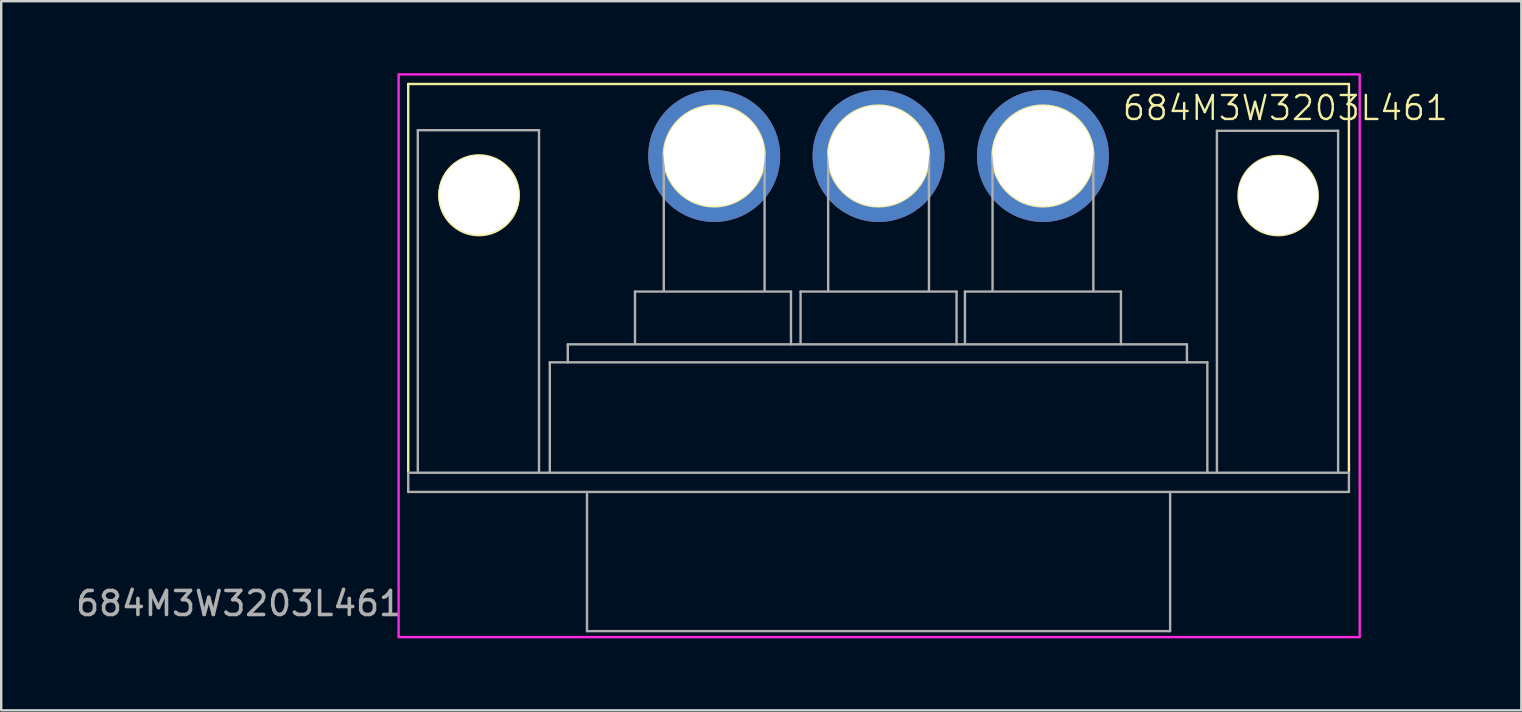
<source format=kicad_pcb>
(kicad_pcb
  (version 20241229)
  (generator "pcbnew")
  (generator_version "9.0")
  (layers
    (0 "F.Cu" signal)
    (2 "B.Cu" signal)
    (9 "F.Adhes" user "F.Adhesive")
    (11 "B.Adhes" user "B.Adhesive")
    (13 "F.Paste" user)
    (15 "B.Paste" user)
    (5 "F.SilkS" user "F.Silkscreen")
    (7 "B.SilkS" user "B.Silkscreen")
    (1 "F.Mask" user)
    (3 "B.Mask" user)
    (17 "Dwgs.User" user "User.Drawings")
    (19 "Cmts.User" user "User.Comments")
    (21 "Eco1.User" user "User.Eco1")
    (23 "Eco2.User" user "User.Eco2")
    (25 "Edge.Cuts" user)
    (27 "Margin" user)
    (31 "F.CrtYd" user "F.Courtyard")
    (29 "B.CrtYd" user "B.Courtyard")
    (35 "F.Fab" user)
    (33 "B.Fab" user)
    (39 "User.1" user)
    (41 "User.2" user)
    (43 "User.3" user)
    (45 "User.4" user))
  (footprint "684M3W3203L461"
    (layer "F.Cu")
    (at 6.911 19.6)
    (property "Reference" "684M3W3203L461" (at 43.6 -18.15 0) (unlocked yes) (layer "F.SilkS") (effects (font (size 1 1) (thickness 0.1))))
    (attr through_hole)
    (fp_line (start 7.05 -19.15) (end 46.25 -19.15) (stroke (width 0.1) (type default)) (layer "F.SilkS"))
    (fp_line (start 7.05 -2.95) (end 7.05 -19.15) (stroke (width 0.1) (type default)) (layer "F.SilkS"))
    (fp_line (start 46.25 -2.95) (end 46.25 -19.15) (stroke (width 0.1) (type default)) (layer "F.SilkS"))
    (fp_circle (center 10 -14.525) (end 10 -12.875) (stroke (width 0.1) (type default)) (fill no) (layer "F.SilkS"))
    (fp_circle (center 10 -14.5) (end 10 -12.85) (stroke (width 0.1) (type default)) (fill no) (layer "F.SilkS"))
    (fp_circle (center 19.8 -16.15) (end 17.7 -16.15) (stroke (width 0.1) (type default)) (fill no) (layer "F.SilkS"))
    (fp_circle (center 26.65 -16.15) (end 24.55 -16.15) (stroke (width 0.1) (type default)) (fill no) (layer "F.SilkS"))
    (fp_circle (center 33.5 -16.15) (end 31.4 -16.15) (stroke (width 0.1) (type default)) (fill no) (layer "F.SilkS"))
    (fp_circle (center 43.3 -14.5) (end 43.3 -12.85) (stroke (width 0.1) (type default)) (fill no) (layer "F.SilkS"))
    (fp_rect (start 6.65 -19.55) (end 46.7 3.9) (stroke (width 0.1) (type default)) (fill no) (layer "F.CrtYd"))
    (fp_line (start 7.05 -2.95) (end 7.05 -2.15) (stroke (width 0.1) (type default)) (layer "F.Fab"))
    (fp_line (start 7.05 -2.95) (end 46.25 -2.95) (stroke (width 0.1) (type default)) (layer "F.Fab"))
    (fp_line (start 7.05 -2.15) (end 46.25 -2.15) (stroke (width 0.1) (type default)) (layer "F.Fab"))
    (fp_line (start 7.45 -17.225) (end 7.45 -3.025) (stroke (width 0.1) (type default)) (layer "F.Fab"))
    (fp_line (start 12.5 -17.225) (end 7.45 -17.225) (stroke (width 0.1) (type default)) (layer "F.Fab"))
    (fp_line (start 12.5 -17.225) (end 12.5 -2.975) (stroke (width 0.1) (type default)) (layer "F.Fab"))
    (fp_line (start 12.95 -7.55) (end 40.35 -7.55) (stroke (width 0.1) (type default)) (layer "F.Fab"))
    (fp_line (start 12.95 -3) (end 12.95 -7.55) (stroke (width 0.1) (type default)) (layer "F.Fab"))
    (fp_line (start 13.7 -8.3) (end 39.5 -8.3) (stroke (width 0.1) (type default)) (layer "F.Fab"))
    (fp_line (start 13.7 -7.55) (end 13.7 -8.3) (stroke (width 0.1) (type default)) (layer "F.Fab"))
    (fp_line (start 14.5 -2.15) (end 14.5 3.65) (stroke (width 0.1) (type default)) (layer "F.Fab"))
    (fp_line (start 14.5 3.65) (end 38.8 3.65) (stroke (width 0.1) (type default)) (layer "F.Fab"))
    (fp_line (start 16.5 -10.5) (end 23 -10.5) (stroke (width 0.1) (type default)) (layer "F.Fab"))
    (fp_line (start 16.5 -8.35) (end 16.5 -10.5) (stroke (width 0.1) (type default)) (layer "F.Fab"))
    (fp_line (start 17.7 -16.15) (end 17.7 -10.55) (stroke (width 0.1) (type default)) (layer "F.Fab"))
    (fp_line (start 21.9 -16.15) (end 21.9 -10.55) (stroke (width 0.1) (type default)) (layer "F.Fab"))
    (fp_line (start 23 -10.5) (end 23 -8.3) (stroke (width 0.1) (type default)) (layer "F.Fab"))
    (fp_line (start 23.4 -10.5) (end 29.9 -10.5) (stroke (width 0.1) (type default)) (layer "F.Fab"))
    (fp_line (start 23.4 -8.35) (end 23.4 -10.5) (stroke (width 0.1) (type default)) (layer "F.Fab"))
    (fp_line (start 24.55 -16.15) (end 24.55 -10.55) (stroke (width 0.1) (type default)) (layer "F.Fab"))
    (fp_line (start 28.75 -16.15) (end 28.75 -10.55) (stroke (width 0.1) (type default)) (layer "F.Fab"))
    (fp_line (start 29.9 -10.5) (end 29.9 -8.3) (stroke (width 0.1) (type default)) (layer "F.Fab"))
    (fp_line (start 30.25 -10.5) (end 36.75 -10.5) (stroke (width 0.1) (type default)) (layer "F.Fab"))
    (fp_line (start 30.25 -8.35) (end 30.25 -10.5) (stroke (width 0.1) (type default)) (layer "F.Fab"))
    (fp_line (start 31.4 -16.15) (end 31.4 -10.55) (stroke (width 0.1) (type default)) (layer "F.Fab"))
    (fp_line (start 35.6 -16.15) (end 35.6 -10.55) (stroke (width 0.1) (type default)) (layer "F.Fab"))
    (fp_line (start 36.75 -10.5) (end 36.75 -8.3) (stroke (width 0.1) (type default)) (layer "F.Fab"))
    (fp_line (start 38.8 -2.15) (end 38.8 3.65) (stroke (width 0.1) (type default)) (layer "F.Fab"))
    (fp_line (start 39.5 -8.3) (end 39.5 -7.55) (stroke (width 0.1) (type default)) (layer "F.Fab"))
    (fp_line (start 40.35 -7.55) (end 40.35 -2.95) (stroke (width 0.1) (type default)) (layer "F.Fab"))
    (fp_line (start 40.75 -17.2) (end 40.75 -3) (stroke (width 0.1) (type default)) (layer "F.Fab"))
    (fp_line (start 45.8 -17.2) (end 40.75 -17.2) (stroke (width 0.1) (type default)) (layer "F.Fab"))
    (fp_line (start 45.8 -17.2) (end 45.8 -2.95) (stroke (width 0.1) (type default)) (layer "F.Fab"))
    (fp_line (start 46.25 -2.15) (end 46.25 -2.95) (stroke (width 0.1) (type default)) (layer "F.Fab"))
    (fp_text user "${REFERENCE}" (at 0 2.5 0) (unlocked yes) (layer "F.Fab") (effects (font (size 1 1) (thickness 0.15))))
    (pad "" np_thru_hole circle (at 10 -14.525) (size 3.3 3.3) (drill 3.3) (layers "*.Cu" "*.Mask"))
    (pad "" np_thru_hole circle (at 43.3 -14.5) (size 3.3 3.3) (drill 3.3) (layers "*.Cu" "*.Mask"))
    (pad "1" thru_hole circle (at 19.8 -16.15) (size 5.5 5.5) (drill 4.2) (layers "*.Cu" "*.Mask"))
    (pad "2" thru_hole circle (at 26.65 -16.15) (size 5.5 5.5) (drill 4.2) (layers "*.Cu" "*.Mask"))
    (pad "3" thru_hole circle (at 33.5 -16.15) (size 5.5 5.5) (drill 4.2) (layers "*.Cu" "*.Mask")))
  (gr_rect
    (start -3 -3)
    (end 60.346 26.55)
    (stroke (width 0.1) (type default))
    (fill no)
    (layer "Edge.Cuts")))
</source>
